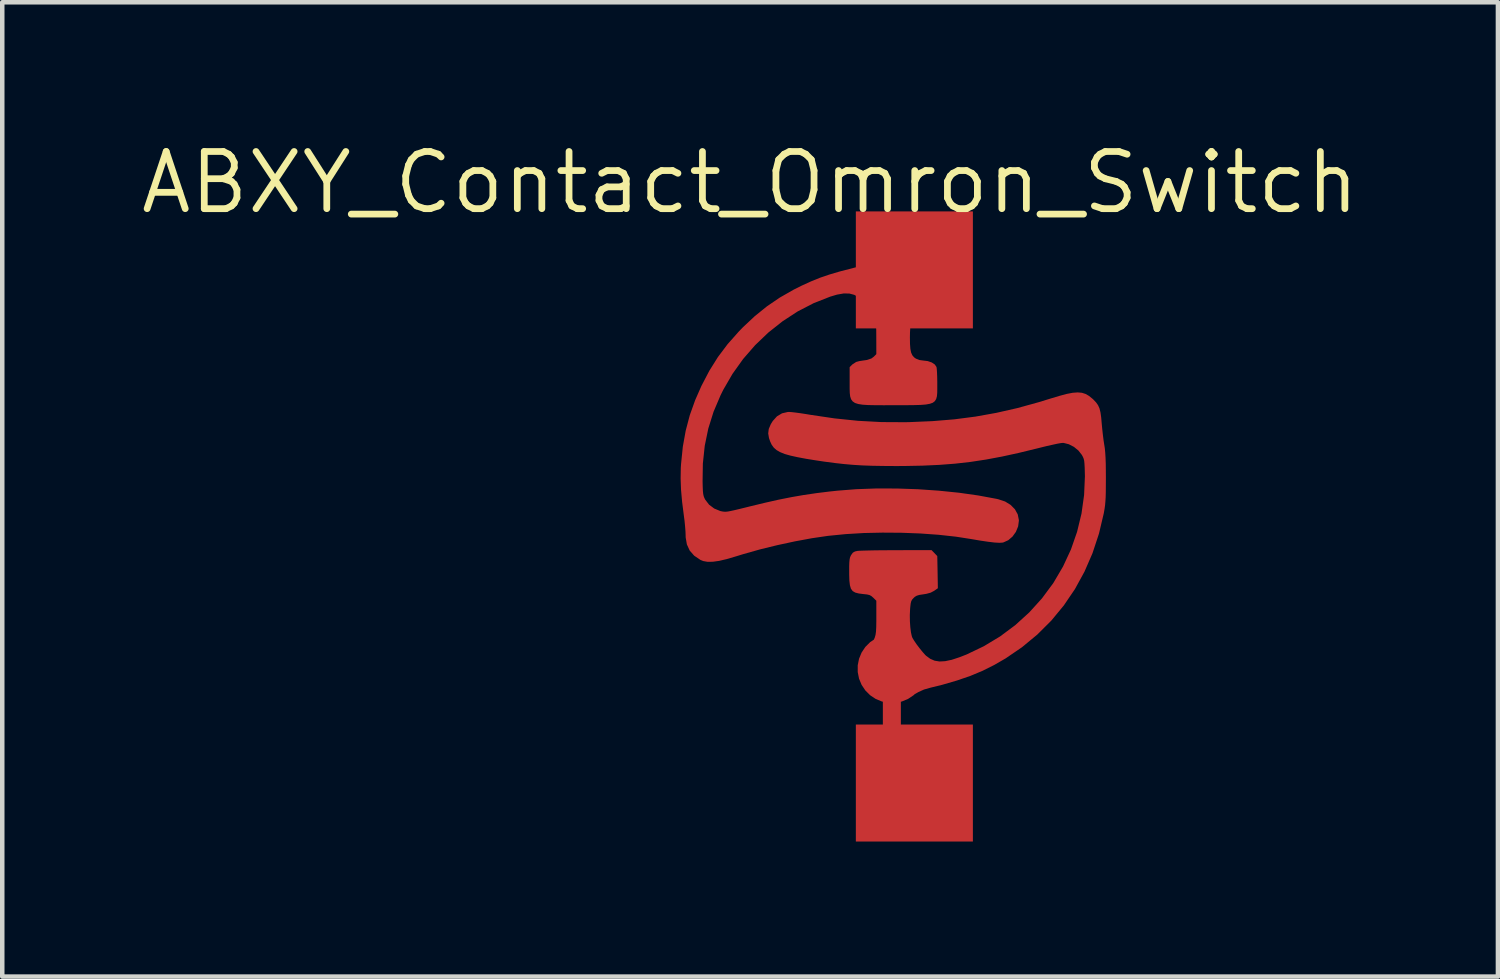
<source format=kicad_pcb>
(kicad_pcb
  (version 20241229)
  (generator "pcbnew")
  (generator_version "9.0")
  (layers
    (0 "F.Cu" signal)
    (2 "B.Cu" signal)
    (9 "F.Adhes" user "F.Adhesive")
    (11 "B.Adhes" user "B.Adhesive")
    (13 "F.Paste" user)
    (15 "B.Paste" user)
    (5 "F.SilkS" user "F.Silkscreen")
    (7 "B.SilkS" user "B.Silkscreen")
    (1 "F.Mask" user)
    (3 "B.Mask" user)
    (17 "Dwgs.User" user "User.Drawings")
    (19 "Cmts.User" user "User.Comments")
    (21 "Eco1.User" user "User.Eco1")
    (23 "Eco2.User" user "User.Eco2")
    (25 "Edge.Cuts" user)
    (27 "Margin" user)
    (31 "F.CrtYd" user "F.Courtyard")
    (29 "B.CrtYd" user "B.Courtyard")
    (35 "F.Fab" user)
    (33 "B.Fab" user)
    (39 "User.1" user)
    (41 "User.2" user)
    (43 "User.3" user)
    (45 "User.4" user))
  (footprint "ABXY_Contact_Omron_Switch"
    (layer "F.Cu")
    (at 16.764 7.506)
    (property "Reference" "ABXY_Contact_Omron_Switch" (at -3.15 -6.5 0) (layer "F.SilkS") (effects (font (size 1.27 1.27) (thickness 0.15))))
    (attr through_hole)
    (fp_rect (start -0.8 -5.86) (end 1.8 -3.26) (stroke (width 0) (type solid)) (fill yes) (layer "F.Mask"))
    (fp_rect (start -0.8 5.54) (end 1.8 8.14) (stroke (width 0) (type solid)) (fill yes) (layer "F.Mask"))
    (fp_circle (center 0 0) (end 3.5 0) (stroke (width 0.12) (type solid)) (fill yes) (layer "F.Mask"))
    (pad "1" smd custom (at 0 -4.2) (size 1.524 1.524) (layers "F.Cu" "F.Mask" "F.Paste") (options (anchor circle)) (primitives (gr_rect (start -0.8 -1.66) (end 1.8 0.94) (width 0) (fill yes)) (gr_poly (pts (xy 0.252 -0.691) (xy 0.406 -0.622) (xy 0.542 -0.517) (xy 0.562 -0.495) (xy 0.646 -0.394) (xy 0.702 -0.297) (xy 0.735 -0.19) (xy 0.749 -0.061) (xy 0.75 0.007) (xy 0.748 0.108) (xy 0.742 0.179) (xy 0.729 0.235) (xy 0.707 0.289) (xy 0.694 0.315) (xy 0.647 0.392) (xy 0.588 0.478) (xy 0.55 0.527) (xy 0.494 0.603) (xy 0.453 0.683) (xy 0.424 0.775) (xy 0.407 0.887) (xy 0.398 1.027) (xy 0.396 1.134) (xy 0.398 1.282) (xy 0.406 1.394) (xy 0.423 1.478) (xy 0.451 1.54) (xy 0.49 1.586) (xy 0.532 1.616) (xy 0.614 1.648) (xy 0.697 1.659) (xy 0.796 1.671) (xy 0.884 1.701) (xy 0.951 1.746) (xy 0.987 1.799) (xy 0.987 1.8) (xy 0.993 1.842) (xy 0.998 1.917) (xy 1.002 2.016) (xy 1.004 2.128) (xy 1.004 2.167) (xy 1.004 2.278) (xy 1.003 2.371) (xy 0.996 2.447) (xy 0.98 2.506) (xy 0.952 2.552) (xy 0.907 2.587) (xy 0.842 2.61) (xy 0.754 2.626) (xy 0.638 2.635) (xy 0.492 2.639) (xy 0.311 2.641) (xy 0.092 2.641) (xy 0.051 2.641) (xy -0.178 2.642) (xy -0.369 2.641) (xy -0.525 2.638) (xy -0.649 2.63) (xy -0.745 2.615) (xy -0.817 2.592) (xy -0.867 2.558) (xy -0.901 2.512) (xy -0.921 2.451) (xy -0.93 2.375) (xy -0.933 2.28) (xy -0.933 2.166) (xy -0.933 2.119) (xy -0.933 1.803) (xy -0.874 1.744) (xy -0.791 1.69) (xy -0.725 1.672) (xy -0.642 1.659) (xy -0.556 1.647) (xy -0.548 1.645) (xy -0.451 1.612) (xy -0.399 1.573) (xy -0.34 1.514) (xy -0.341 1.136) (xy -0.342 0.974) (xy -0.349 0.846) (xy -0.363 0.742) (xy -0.389 0.656) (xy -0.429 0.577) (xy -0.486 0.498) (xy -0.564 0.409) (xy -0.632 0.338) (xy -0.732 0.248) (xy -0.835 0.189) (xy -0.946 0.16) (xy -1.073 0.159) (xy -1.221 0.185) (xy -1.372 0.23) (xy -1.74 0.375) (xy -2.094 0.558) (xy -2.43 0.777) (xy -2.747 1.028) (xy -3.041 1.309) (xy -3.308 1.616) (xy -3.545 1.948) (xy -3.75 2.302) (xy -3.809 2.421) (xy -3.966 2.79) (xy -4.083 3.164) (xy -4.162 3.547) (xy -4.204 3.944) (xy -4.21 4.339) (xy -4.207 4.463) (xy -4.203 4.554) (xy -4.196 4.619) (xy -4.186 4.667) (xy -4.171 4.707) (xy -4.151 4.747) (xy -4.15 4.748) (xy -4.064 4.86) (xy -3.949 4.946) (xy -3.816 5.001) (xy -3.8 5.005) (xy -3.762 5.013) (xy -3.727 5.017) (xy -3.688 5.018) (xy -3.641 5.013) (xy -3.578 5.001) (xy -3.495 4.983) (xy -3.385 4.957) (xy -3.243 4.922) (xy -3.159 4.901) (xy -2.824 4.82) (xy -2.519 4.751) (xy -2.233 4.694) (xy -1.956 4.646) (xy -1.677 4.605) (xy -1.386 4.569) (xy -1.208 4.55) (xy -0.789 4.517) (xy -0.345 4.501) (xy 0.114 4.502) (xy 0.58 4.518) (xy 1.042 4.55) (xy 1.493 4.596) (xy 1.922 4.657) (xy 2.322 4.731) (xy 2.365 4.741) (xy 2.513 4.79) (xy 2.635 4.865) (xy 2.73 4.961) (xy 2.792 5.074) (xy 2.817 5.2) (xy 2.817 5.212) (xy 2.8 5.339) (xy 2.751 5.458) (xy 2.677 5.561) (xy 2.584 5.641) (xy 2.478 5.689) (xy 2.457 5.694) (xy 2.387 5.698) (xy 2.281 5.692) (xy 2.138 5.675) (xy 1.956 5.648) (xy 1.776 5.617) (xy 1.423 5.562) (xy 1.039 5.52) (xy 0.633 5.491) (xy 0.214 5.475) (xy -0.208 5.472) (xy -0.624 5.481) (xy -1.024 5.505) (xy -1.4 5.542) (xy -1.42 5.544) (xy -1.774 5.596) (xy -2.153 5.666) (xy -2.543 5.75) (xy -2.931 5.845) (xy -3.303 5.95) (xy -3.462 5.999) (xy -3.665 6.059) (xy -3.835 6.099) (xy -3.977 6.119) (xy -4.093 6.121) (xy -4.189 6.104) (xy -4.252 6.078) (xy -4.388 5.986) (xy -4.487 5.873) (xy -4.549 5.738) (xy -4.576 5.582) (xy -4.577 5.533) (xy -4.58 5.448) (xy -4.589 5.337) (xy -4.601 5.213) (xy -4.617 5.092) (xy -4.655 4.792) (xy -4.679 4.523) (xy -4.688 4.274) (xy -4.684 4.038) (xy -4.678 3.95) (xy -4.639 3.568) (xy -4.575 3.212) (xy -4.485 2.871) (xy -4.365 2.535) (xy -4.226 2.219) (xy -4.051 1.884) (xy -3.86 1.579) (xy -3.645 1.293) (xy -3.398 1.014) (xy -3.304 0.917) (xy -3.039 0.669) (xy -2.77 0.452) (xy -2.488 0.26) (xy -2.18 0.084) (xy -2.002 -0.005) (xy -1.796 -0.099) (xy -1.594 -0.181) (xy -1.383 -0.253) (xy -1.152 -0.321) (xy -0.943 -0.375) (xy -0.786 -0.416) (xy -0.665 -0.453) (xy -0.573 -0.487) (xy -0.506 -0.521) (xy -0.499 -0.526) (xy -0.386 -0.595) (xy -0.299 -0.644) (xy -0.227 -0.677) (xy -0.163 -0.698) (xy -0.095 -0.712) (xy -0.094 -0.713) (xy 0.084 -0.722) (xy 0.252 -0.691)) (width 0.01) (fill yes))))
    (pad "2" smd custom (at 0 4.3) (size 1.524 1.524) (layers "F.Cu" "F.Mask" "F.Paste") (options (anchor circle)) (primitives (gr_line (start 0 0) (end 0 2) (width 0.4)) (gr_rect (start -0.8 1.24) (end 1.8 3.84) (width 0) (fill yes)) (gr_poly (pts (xy 4.221 -6.125) (xy 4.302 -6.099) (xy 4.377 -6.056) (xy 4.451 -5.996) (xy 4.472 -5.977) (xy 4.532 -5.914) (xy 4.576 -5.852) (xy 4.608 -5.781) (xy 4.63 -5.693) (xy 4.646 -5.578) (xy 4.656 -5.462) (xy 4.668 -5.333) (xy 4.683 -5.196) (xy 4.699 -5.069) (xy 4.713 -4.98) (xy 4.726 -4.897) (xy 4.735 -4.804) (xy 4.742 -4.694) (xy 4.747 -4.56) (xy 4.749 -4.396) (xy 4.75 -4.238) (xy 4.749 -4.063) (xy 4.748 -3.923) (xy 4.745 -3.809) (xy 4.739 -3.715) (xy 4.732 -3.633) (xy 4.721 -3.555) (xy 4.707 -3.473) (xy 4.703 -3.452) (xy 4.596 -3) (xy 4.453 -2.568) (xy 4.275 -2.158) (xy 4.063 -1.771) (xy 3.817 -1.409) (xy 3.539 -1.072) (xy 3.228 -0.762) (xy 2.887 -0.48) (xy 2.525 -0.233) (xy 2.272 -0.087) (xy 2.014 0.042) (xy 1.741 0.156) (xy 1.447 0.257) (xy 1.125 0.351) (xy 0.858 0.417) (xy 0.713 0.458) (xy 0.587 0.515) (xy 0.516 0.556) (xy 0.435 0.605) (xy 0.359 0.647) (xy 0.301 0.677) (xy 0.292 0.681) (xy 0.186 0.71) (xy 0.062 0.723) (xy -0.061 0.719) (xy -0.088 0.715) (xy -0.231 0.671) (xy -0.369 0.593) (xy -0.491 0.489) (xy -0.587 0.367) (xy -0.611 0.322) (xy -0.664 0.173) (xy -0.683 0.008) (xy -0.676 -0.109) (xy -0.658 -0.205) (xy -0.63 -0.287) (xy -0.587 -0.369) (xy -0.52 -0.464) (xy -0.496 -0.496) (xy -0.443 -0.566) (xy -0.404 -0.626) (xy -0.377 -0.684) (xy -0.358 -0.749) (xy -0.347 -0.829) (xy -0.342 -0.931) (xy -0.34 -1.063) (xy -0.34 -1.139) (xy -0.34 -1.512) (xy -0.409 -1.58) (xy -0.451 -1.617) (xy -0.493 -1.64) (xy -0.55 -1.654) (xy -0.633 -1.663) (xy -0.735 -1.676) (xy -0.812 -1.696) (xy -0.867 -1.728) (xy -0.905 -1.78) (xy -0.927 -1.855) (xy -0.939 -1.959) (xy -0.943 -2.098) (xy -0.943 -2.153) (xy -0.943 -2.275) (xy -0.94 -2.362) (xy -0.934 -2.424) (xy -0.925 -2.469) (xy -0.91 -2.505) (xy -0.9 -2.523) (xy -0.863 -2.574) (xy -0.817 -2.6) (xy -0.762 -2.612) (xy -0.72 -2.615) (xy -0.64 -2.618) (xy -0.529 -2.621) (xy -0.392 -2.624) (xy -0.235 -2.626) (xy -0.063 -2.627) (xy 0.106 -2.628) (xy 0.88 -2.629) (xy 0.942 -2.565) (xy 1.004 -2.5) (xy 1.011 -2.145) (xy 1.017 -1.79) (xy 0.935 -1.733) (xy 0.861 -1.694) (xy 0.766 -1.668) (xy 0.698 -1.657) (xy 0.61 -1.644) (xy 0.551 -1.626) (xy 0.507 -1.6) (xy 0.479 -1.574) (xy 0.447 -1.539) (xy 0.427 -1.503) (xy 0.414 -1.454) (xy 0.405 -1.38) (xy 0.4 -1.324) (xy 0.394 -1.189) (xy 0.396 -1.05) (xy 0.405 -0.919) (xy 0.42 -0.803) (xy 0.44 -0.714) (xy 0.454 -0.68) (xy 0.493 -0.616) (xy 0.549 -0.534) (xy 0.616 -0.446) (xy 0.682 -0.365) (xy 0.738 -0.302) (xy 0.758 -0.283) (xy 0.849 -0.216) (xy 0.948 -0.173) (xy 1.058 -0.155) (xy 1.184 -0.162) (xy 1.332 -0.193) (xy 1.505 -0.25) (xy 1.664 -0.312) (xy 2.046 -0.495) (xy 2.408 -0.713) (xy 2.745 -0.964) (xy 3.056 -1.247) (xy 3.338 -1.558) (xy 3.589 -1.897) (xy 3.597 -1.91) (xy 3.808 -2.269) (xy 3.983 -2.646) (xy 4.12 -3.04) (xy 4.218 -3.445) (xy 4.276 -3.858) (xy 4.294 -4.275) (xy 4.292 -4.346) (xy 4.289 -4.467) (xy 4.284 -4.555) (xy 4.278 -4.618) (xy 4.267 -4.664) (xy 4.251 -4.704) (xy 4.229 -4.745) (xy 4.226 -4.751) (xy 4.149 -4.849) (xy 4.048 -4.932) (xy 3.934 -4.991) (xy 3.82 -5.02) (xy 3.789 -5.021) (xy 3.746 -5.016) (xy 3.669 -5.002) (xy 3.564 -4.979) (xy 3.439 -4.951) (xy 3.301 -4.917) (xy 3.213 -4.895) (xy 2.814 -4.798) (xy 2.443 -4.717) (xy 2.09 -4.651) (xy 1.748 -4.599) (xy 1.405 -4.56) (xy 1.053 -4.533) (xy 0.682 -4.516) (xy 0.283 -4.508) (xy 0.094 -4.507) (xy -0.186 -4.509) (xy -0.433 -4.513) (xy -0.656 -4.521) (xy -0.864 -4.534) (xy -1.067 -4.552) (xy -1.273 -4.575) (xy -1.492 -4.604) (xy -1.674 -4.631) (xy -1.904 -4.668) (xy -2.095 -4.704) (xy -2.253 -4.739) (xy -2.38 -4.775) (xy -2.481 -4.816) (xy -2.559 -4.861) (xy -2.619 -4.914) (xy -2.665 -4.977) (xy -2.699 -5.05) (xy -2.725 -5.125) (xy -2.742 -5.227) (xy -2.73 -5.325) (xy -2.685 -5.43) (xy -2.642 -5.5) (xy -2.55 -5.602) (xy -2.438 -5.669) (xy -2.311 -5.698) (xy -2.282 -5.699) (xy -2.226 -5.695) (xy -2.138 -5.685) (xy -2.027 -5.67) (xy -1.903 -5.651) (xy -1.815 -5.636) (xy -1.275 -5.556) (xy -0.753 -5.502) (xy -0.234 -5.474) (xy 0.296 -5.471) (xy 0.39 -5.473) (xy 0.904 -5.495) (xy 1.39 -5.535) (xy 1.86 -5.596) (xy 2.322 -5.679) (xy 2.789 -5.785) (xy 3.271 -5.918) (xy 3.534 -5.999) (xy 3.727 -6.057) (xy 3.887 -6.1) (xy 4.019 -6.125) (xy 4.128 -6.133) (xy 4.221 -6.125)) (width 0.01) (fill yes))))
    (zone (net_name "") (layer "F.Cu") (hatch edge 0.508) (connect_pads) (min_thickness 0.254) (filled_areas_thickness no) (keepout (tracks not_allowed) (vias not_allowed) (pads not_allowed) (copperpour not_allowed) (footprints not_allowed)) (placement (enabled no)) (fill) (polygon (pts (xy 20.299 5.808) (xy 20.364 9.106) (xy 18.364 10.906) (xy 15.164 10.906) (xy 13.164 9.106) (xy 13.164 5.906) (xy 15.164 4.106) (xy 18.364 4.106)))))
  (gr_rect
    (start -3 -3)
    (end 30.229 18.646)
    (stroke (width 0.1) (type default))
    (fill no)
    (layer "Edge.Cuts")))
</source>
